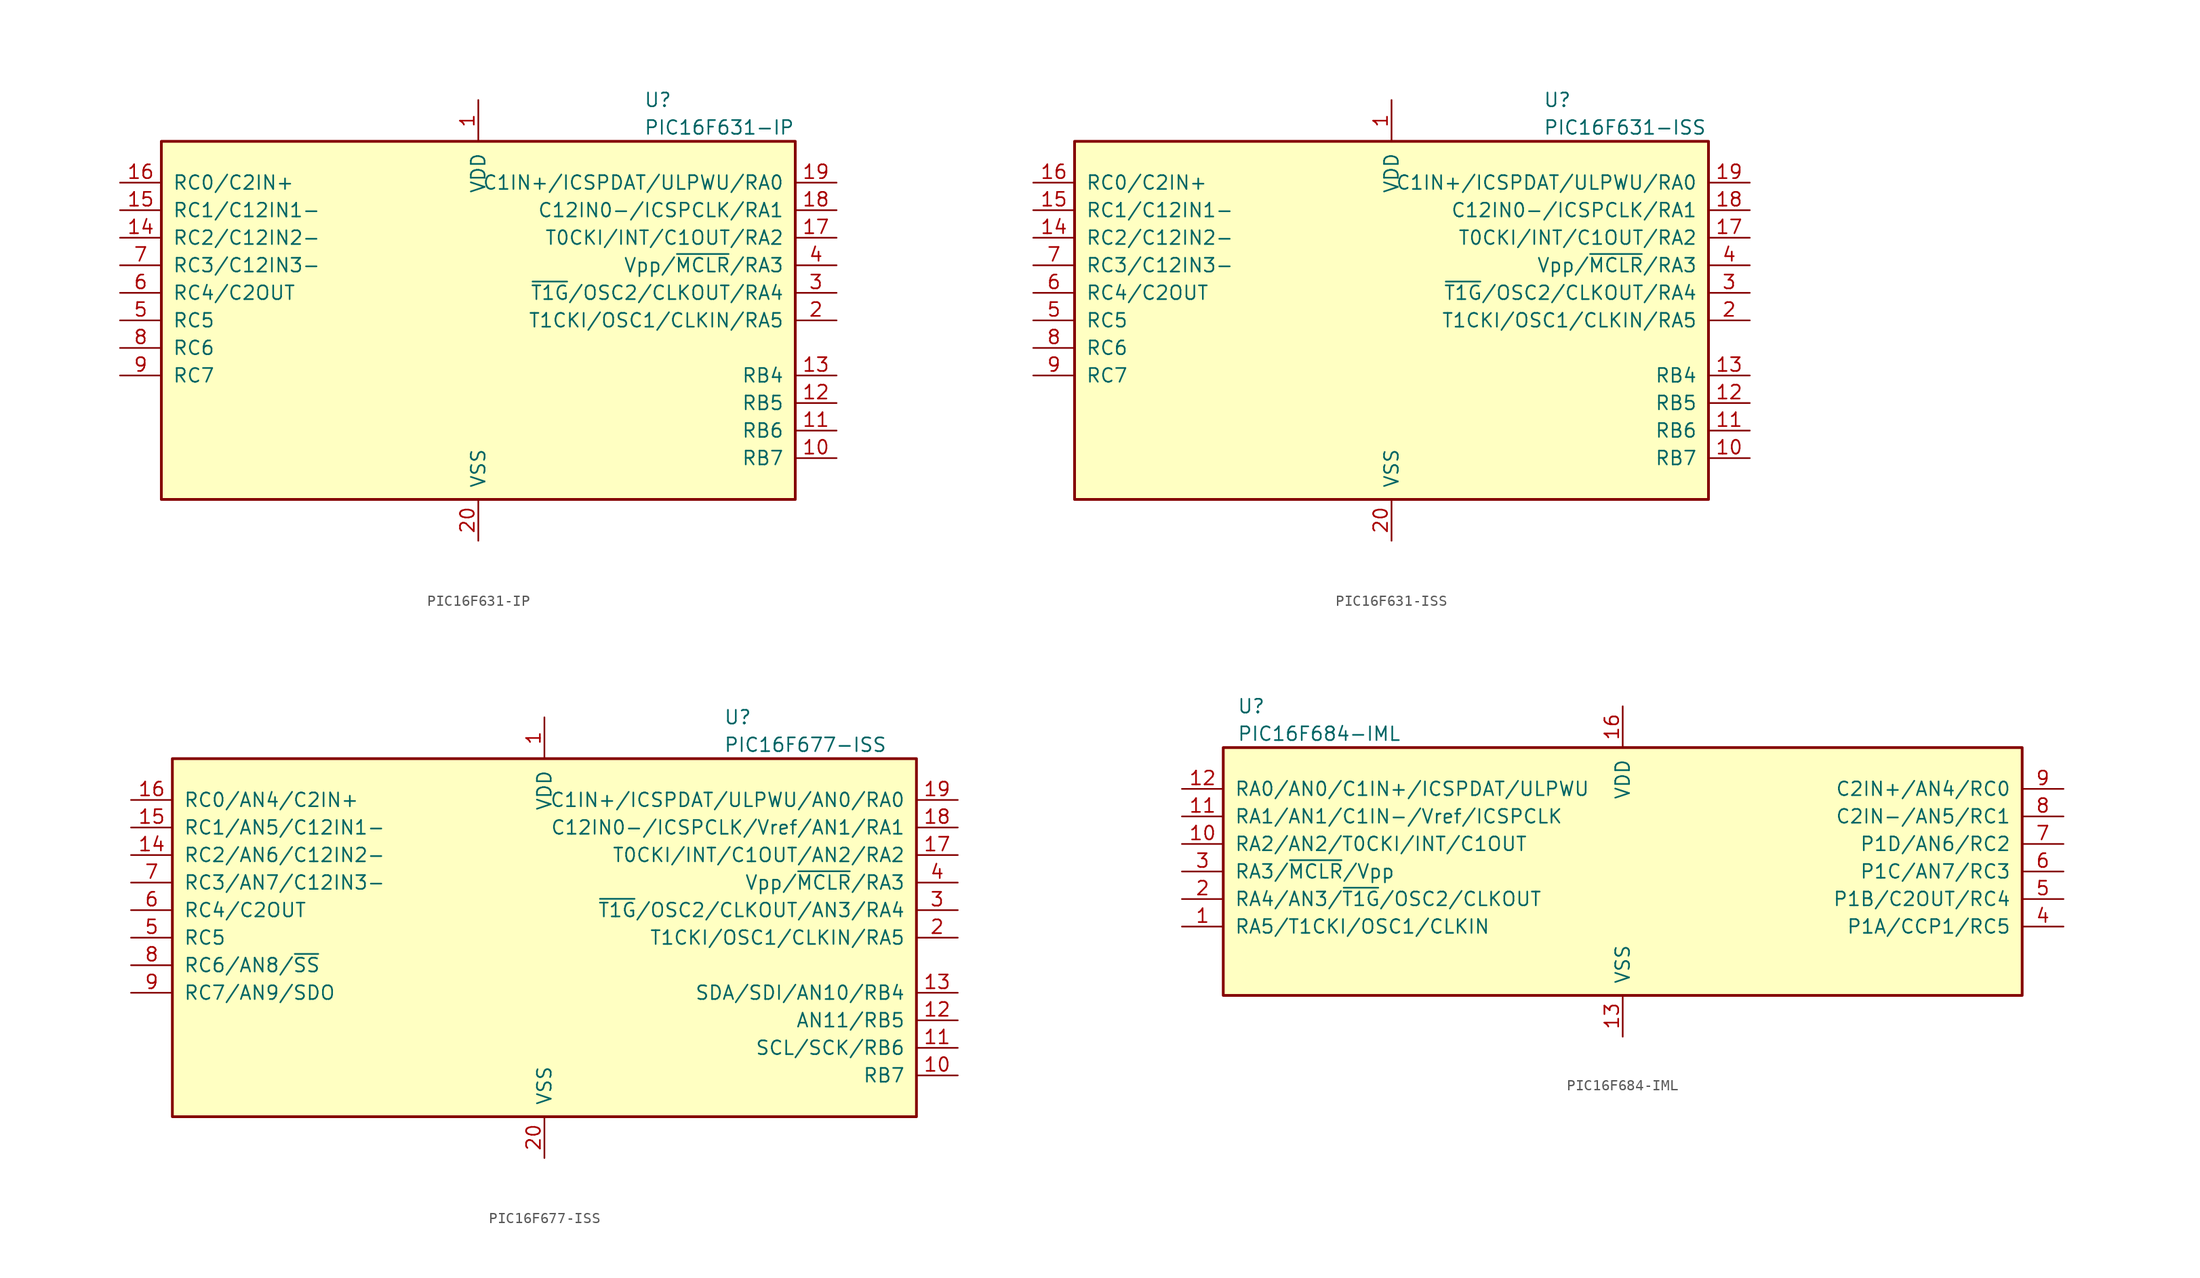
<source format=kicad_sym>
(kicad_symbol_lib
  (version 20201005)
  (generator kicad_symbol_editor)
  (symbol "PIC16F631-IP"
    (pin_names
      (offset 1.016))
    (property "Reference" "U"
      (at 15.24 20.32 0)
      (effects (font (size 1.27 1.27)) (justify left)))
    (property "Value" "PIC16F631-IP"
      (at 15.24 17.78 0)
      (effects (font (size 1.27 1.27)) (justify left)))
    (symbol "PIC16F631-IP_0_1"
      (rectangle (start -29.21 16.51) (end 29.21 -16.51) (stroke (width 0.254)) (fill (type background))))
    (symbol "PIC16F631-IP_1_1"
      (pin power_in line (at 0 20.32 270) (length 3.81) (name "VDD" (effects (font (size 1.27 1.27)))) (number "1" (effects (font (size 1.27 1.27)))))
      (pin bidirectional line (at 33.02 -12.7 180) (length 3.81) (name "RB7" (effects (font (size 1.27 1.27)))) (number "10" (effects (font (size 1.27 1.27)))))
      (pin bidirectional line (at 33.02 -10.16 180) (length 3.81) (name "RB6" (effects (font (size 1.27 1.27)))) (number "11" (effects (font (size 1.27 1.27)))))
      (pin bidirectional line (at 33.02 -7.62 180) (length 3.81) (name "RB5" (effects (font (size 1.27 1.27)))) (number "12" (effects (font (size 1.27 1.27)))))
      (pin bidirectional line (at 33.02 -5.08 180) (length 3.81) (name "RB4" (effects (font (size 1.27 1.27)))) (number "13" (effects (font (size 1.27 1.27)))))
      (pin bidirectional line (at -33.02 7.62 0) (length 3.81) (name "RC2/C12IN2-" (effects (font (size 1.27 1.27)))) (number "14" (effects (font (size 1.27 1.27)))))
      (pin bidirectional line (at -33.02 10.16 0) (length 3.81) (name "RC1/C12IN1-" (effects (font (size 1.27 1.27)))) (number "15" (effects (font (size 1.27 1.27)))))
      (pin bidirectional line (at -33.02 12.7 0) (length 3.81) (name "RC0/C2IN+" (effects (font (size 1.27 1.27)))) (number "16" (effects (font (size 1.27 1.27)))))
      (pin bidirectional line (at 33.02 7.62 180) (length 3.81) (name "T0CKI/INT/C1OUT/RA2" (effects (font (size 1.27 1.27)))) (number "17" (effects (font (size 1.27 1.27)))))
      (pin bidirectional line (at 33.02 10.16 180) (length 3.81) (name "C12IN0-/ICSPCLK/RA1" (effects (font (size 1.27 1.27)))) (number "18" (effects (font (size 1.27 1.27)))))
      (pin bidirectional line (at 33.02 12.7 180) (length 3.81) (name "C1IN+/ICSPDAT/ULPWU/RA0" (effects (font (size 1.27 1.27)))) (number "19" (effects (font (size 1.27 1.27)))))
      (pin bidirectional line (at 33.02 0 180) (length 3.81) (name "T1CKI/OSC1/CLKIN/RA5" (effects (font (size 1.27 1.27)))) (number "2" (effects (font (size 1.27 1.27)))))
      (pin power_in line (at 0 -20.32 90) (length 3.81) (name "VSS" (effects (font (size 1.27 1.27)))) (number "20" (effects (font (size 1.27 1.27)))))
      (pin bidirectional line (at 33.02 2.54 180) (length 3.81) (name "~T1G~/OSC2/CLKOUT/RA4" (effects (font (size 1.27 1.27)))) (number "3" (effects (font (size 1.27 1.27)))))
      (pin input line (at 33.02 5.08 180) (length 3.81) (name "Vpp/~MCLR~/RA3" (effects (font (size 1.27 1.27)))) (number "4" (effects (font (size 1.27 1.27)))))
      (pin bidirectional line (at -33.02 0 0) (length 3.81) (name "RC5" (effects (font (size 1.27 1.27)))) (number "5" (effects (font (size 1.27 1.27)))))
      (pin bidirectional line (at -33.02 2.54 0) (length 3.81) (name "RC4/C2OUT" (effects (font (size 1.27 1.27)))) (number "6" (effects (font (size 1.27 1.27)))))
      (pin bidirectional line (at -33.02 5.08 0) (length 3.81) (name "RC3/C12IN3-" (effects (font (size 1.27 1.27)))) (number "7" (effects (font (size 1.27 1.27)))))
      (pin bidirectional line (at -33.02 -2.54 0) (length 3.81) (name "RC6" (effects (font (size 1.27 1.27)))) (number "8" (effects (font (size 1.27 1.27)))))
      (pin bidirectional line (at -33.02 -5.08 0) (length 3.81) (name "RC7" (effects (font (size 1.27 1.27)))) (number "9" (effects (font (size 1.27 1.27)))))))
  (symbol "PIC16F631-ISS"
    (pin_names
      (offset 1.016))
    (property "Reference" "U"
      (at 13.97 20.32 0)
      (effects (font (size 1.27 1.27)) (justify left)))
    (property "Value" "PIC16F631-ISS"
      (at 13.97 17.78 0)
      (effects (font (size 1.27 1.27)) (justify left)))
    (symbol "PIC16F631-ISS_0_1"
      (rectangle (start -29.21 16.51) (end 29.21 -16.51) (stroke (width 0.254)) (fill (type background))))
    (symbol "PIC16F631-ISS_1_1"
      (pin power_in line (at 0 20.32 270) (length 3.81) (name "VDD" (effects (font (size 1.27 1.27)))) (number "1" (effects (font (size 1.27 1.27)))))
      (pin bidirectional line (at 33.02 -12.7 180) (length 3.81) (name "RB7" (effects (font (size 1.27 1.27)))) (number "10" (effects (font (size 1.27 1.27)))))
      (pin bidirectional line (at 33.02 -10.16 180) (length 3.81) (name "RB6" (effects (font (size 1.27 1.27)))) (number "11" (effects (font (size 1.27 1.27)))))
      (pin bidirectional line (at 33.02 -7.62 180) (length 3.81) (name "RB5" (effects (font (size 1.27 1.27)))) (number "12" (effects (font (size 1.27 1.27)))))
      (pin bidirectional line (at 33.02 -5.08 180) (length 3.81) (name "RB4" (effects (font (size 1.27 1.27)))) (number "13" (effects (font (size 1.27 1.27)))))
      (pin bidirectional line (at -33.02 7.62 0) (length 3.81) (name "RC2/C12IN2-" (effects (font (size 1.27 1.27)))) (number "14" (effects (font (size 1.27 1.27)))))
      (pin bidirectional line (at -33.02 10.16 0) (length 3.81) (name "RC1/C12IN1-" (effects (font (size 1.27 1.27)))) (number "15" (effects (font (size 1.27 1.27)))))
      (pin bidirectional line (at -33.02 12.7 0) (length 3.81) (name "RC0/C2IN+" (effects (font (size 1.27 1.27)))) (number "16" (effects (font (size 1.27 1.27)))))
      (pin bidirectional line (at 33.02 7.62 180) (length 3.81) (name "T0CKI/INT/C1OUT/RA2" (effects (font (size 1.27 1.27)))) (number "17" (effects (font (size 1.27 1.27)))))
      (pin bidirectional line (at 33.02 10.16 180) (length 3.81) (name "C12IN0-/ICSPCLK/RA1" (effects (font (size 1.27 1.27)))) (number "18" (effects (font (size 1.27 1.27)))))
      (pin bidirectional line (at 33.02 12.7 180) (length 3.81) (name "C1IN+/ICSPDAT/ULPWU/RA0" (effects (font (size 1.27 1.27)))) (number "19" (effects (font (size 1.27 1.27)))))
      (pin bidirectional line (at 33.02 0 180) (length 3.81) (name "T1CKI/OSC1/CLKIN/RA5" (effects (font (size 1.27 1.27)))) (number "2" (effects (font (size 1.27 1.27)))))
      (pin power_in line (at 0 -20.32 90) (length 3.81) (name "VSS" (effects (font (size 1.27 1.27)))) (number "20" (effects (font (size 1.27 1.27)))))
      (pin bidirectional line (at 33.02 2.54 180) (length 3.81) (name "~T1G~/OSC2/CLKOUT/RA4" (effects (font (size 1.27 1.27)))) (number "3" (effects (font (size 1.27 1.27)))))
      (pin input line (at 33.02 5.08 180) (length 3.81) (name "Vpp/~MCLR~/RA3" (effects (font (size 1.27 1.27)))) (number "4" (effects (font (size 1.27 1.27)))))
      (pin bidirectional line (at -33.02 0 0) (length 3.81) (name "RC5" (effects (font (size 1.27 1.27)))) (number "5" (effects (font (size 1.27 1.27)))))
      (pin bidirectional line (at -33.02 2.54 0) (length 3.81) (name "RC4/C2OUT" (effects (font (size 1.27 1.27)))) (number "6" (effects (font (size 1.27 1.27)))))
      (pin bidirectional line (at -33.02 5.08 0) (length 3.81) (name "RC3/C12IN3-" (effects (font (size 1.27 1.27)))) (number "7" (effects (font (size 1.27 1.27)))))
      (pin bidirectional line (at -33.02 -2.54 0) (length 3.81) (name "RC6" (effects (font (size 1.27 1.27)))) (number "8" (effects (font (size 1.27 1.27)))))
      (pin bidirectional line (at -33.02 -5.08 0) (length 3.81) (name "RC7" (effects (font (size 1.27 1.27)))) (number "9" (effects (font (size 1.27 1.27)))))))
  (symbol "PIC16F677-ISS"
    (pin_names
      (offset 1.016))
    (property "Reference" "U"
      (at 16.51 20.32 0)
      (effects (font (size 1.27 1.27)) (justify left)))
    (property "Value" "PIC16F677-ISS"
      (at 16.51 17.78 0)
      (effects (font (size 1.27 1.27)) (justify left)))
    (symbol "PIC16F677-ISS_0_1"
      (rectangle (start -34.29 16.51) (end 34.29 -16.51) (stroke (width 0.254)) (fill (type background))))
    (symbol "PIC16F677-ISS_1_1"
      (pin power_in line (at 0 20.32 270) (length 3.81) (name "VDD" (effects (font (size 1.27 1.27)))) (number "1" (effects (font (size 1.27 1.27)))))
      (pin bidirectional line (at 38.1 -12.7 180) (length 3.81) (name "RB7" (effects (font (size 1.27 1.27)))) (number "10" (effects (font (size 1.27 1.27)))))
      (pin bidirectional line (at 38.1 -10.16 180) (length 3.81) (name "SCL/SCK/RB6" (effects (font (size 1.27 1.27)))) (number "11" (effects (font (size 1.27 1.27)))))
      (pin bidirectional line (at 38.1 -7.62 180) (length 3.81) (name "AN11/RB5" (effects (font (size 1.27 1.27)))) (number "12" (effects (font (size 1.27 1.27)))))
      (pin bidirectional line (at 38.1 -5.08 180) (length 3.81) (name "SDA/SDI/AN10/RB4" (effects (font (size 1.27 1.27)))) (number "13" (effects (font (size 1.27 1.27)))))
      (pin bidirectional line (at -38.1 7.62 0) (length 3.81) (name "RC2/AN6/C12IN2-" (effects (font (size 1.27 1.27)))) (number "14" (effects (font (size 1.27 1.27)))))
      (pin bidirectional line (at -38.1 10.16 0) (length 3.81) (name "RC1/AN5/C12IN1-" (effects (font (size 1.27 1.27)))) (number "15" (effects (font (size 1.27 1.27)))))
      (pin bidirectional line (at -38.1 12.7 0) (length 3.81) (name "RC0/AN4/C2IN+" (effects (font (size 1.27 1.27)))) (number "16" (effects (font (size 1.27 1.27)))))
      (pin bidirectional line (at 38.1 7.62 180) (length 3.81) (name "T0CKI/INT/C1OUT/AN2/RA2" (effects (font (size 1.27 1.27)))) (number "17" (effects (font (size 1.27 1.27)))))
      (pin bidirectional line (at 38.1 10.16 180) (length 3.81) (name "C12IN0-/ICSPCLK/Vref/AN1/RA1" (effects (font (size 1.27 1.27)))) (number "18" (effects (font (size 1.27 1.27)))))
      (pin bidirectional line (at 38.1 12.7 180) (length 3.81) (name "C1IN+/ICSPDAT/ULPWU/AN0/RA0" (effects (font (size 1.27 1.27)))) (number "19" (effects (font (size 1.27 1.27)))))
      (pin bidirectional line (at 38.1 0 180) (length 3.81) (name "T1CKI/OSC1/CLKIN/RA5" (effects (font (size 1.27 1.27)))) (number "2" (effects (font (size 1.27 1.27)))))
      (pin power_in line (at 0 -20.32 90) (length 3.81) (name "VSS" (effects (font (size 1.27 1.27)))) (number "20" (effects (font (size 1.27 1.27)))))
      (pin bidirectional line (at 38.1 2.54 180) (length 3.81) (name "~T1G~/OSC2/CLKOUT/AN3/RA4" (effects (font (size 1.27 1.27)))) (number "3" (effects (font (size 1.27 1.27)))))
      (pin input line (at 38.1 5.08 180) (length 3.81) (name "Vpp/~MCLR~/RA3" (effects (font (size 1.27 1.27)))) (number "4" (effects (font (size 1.27 1.27)))))
      (pin bidirectional line (at -38.1 0 0) (length 3.81) (name "RC5" (effects (font (size 1.27 1.27)))) (number "5" (effects (font (size 1.27 1.27)))))
      (pin bidirectional line (at -38.1 2.54 0) (length 3.81) (name "RC4/C2OUT" (effects (font (size 1.27 1.27)))) (number "6" (effects (font (size 1.27 1.27)))))
      (pin bidirectional line (at -38.1 5.08 0) (length 3.81) (name "RC3/AN7/C12IN3-" (effects (font (size 1.27 1.27)))) (number "7" (effects (font (size 1.27 1.27)))))
      (pin bidirectional line (at -38.1 -2.54 0) (length 3.81) (name "RC6/AN8/~SS~" (effects (font (size 1.27 1.27)))) (number "8" (effects (font (size 1.27 1.27)))))
      (pin bidirectional line (at -38.1 -5.08 0) (length 3.81) (name "RC7/AN9/SDO" (effects (font (size 1.27 1.27)))) (number "9" (effects (font (size 1.27 1.27)))))))
  (symbol "PIC16F684-IML"
    (pin_names
      (offset 1.016))
    (property "Reference" "U"
      (at -35.56 15.24 0)
      (effects (font (size 1.27 1.27)) (justify left)))
    (property "Value" "PIC16F684-IML"
      (at -35.56 12.7 0)
      (effects (font (size 1.27 1.27)) (justify left)))
    (symbol "PIC16F684-IML_0_1"
      (rectangle (start -36.83 11.43) (end 36.83 -11.43) (stroke (width 0.254)) (fill (type background))))
    (symbol "PIC16F684-IML_1_1"
      (pin bidirectional line (at -40.64 -5.08 0) (length 3.81) (name "RA5/T1CKI/OSC1/CLKIN" (effects (font (size 1.27 1.27)))) (number "1" (effects (font (size 1.27 1.27)))))
      (pin bidirectional line (at -40.64 2.54 0) (length 3.81) (name "RA2/AN2/T0CKI/INT/C1OUT" (effects (font (size 1.27 1.27)))) (number "10" (effects (font (size 1.27 1.27)))))
      (pin bidirectional line (at -40.64 5.08 0) (length 3.81) (name "RA1/AN1/C1IN-/Vref/ICSPCLK" (effects (font (size 1.27 1.27)))) (number "11" (effects (font (size 1.27 1.27)))))
      (pin bidirectional line (at -40.64 7.62 0) (length 3.81) (name "RA0/AN0/C1IN+/ICSPDAT/ULPWU" (effects (font (size 1.27 1.27)))) (number "12" (effects (font (size 1.27 1.27)))))
      (pin power_in line (at 0 -15.24 90) (length 3.81) (name "VSS" (effects (font (size 1.27 1.27)))) (number "13" (effects (font (size 1.27 1.27)))))
      (pin power_in line (at 0 15.24 270) (length 3.81) (name "VDD" (effects (font (size 1.27 1.27)))) (number "16" (effects (font (size 1.27 1.27)))))
      (pin bidirectional line (at -40.64 -2.54 0) (length 3.81) (name "RA4/AN3/~T1G~/OSC2/CLKOUT" (effects (font (size 1.27 1.27)))) (number "2" (effects (font (size 1.27 1.27)))))
      (pin input line (at -40.64 0 0) (length 3.81) (name "RA3/~MCLR~/Vpp" (effects (font (size 1.27 1.27)))) (number "3" (effects (font (size 1.27 1.27)))))
      (pin bidirectional line (at 40.64 -5.08 180) (length 3.81) (name "P1A/CCP1/RC5" (effects (font (size 1.27 1.27)))) (number "4" (effects (font (size 1.27 1.27)))))
      (pin bidirectional line (at 40.64 -2.54 180) (length 3.81) (name "P1B/C2OUT/RC4" (effects (font (size 1.27 1.27)))) (number "5" (effects (font (size 1.27 1.27)))))
      (pin bidirectional line (at 40.64 0 180) (length 3.81) (name "P1C/AN7/RC3" (effects (font (size 1.27 1.27)))) (number "6" (effects (font (size 1.27 1.27)))))
      (pin bidirectional line (at 40.64 2.54 180) (length 3.81) (name "P1D/AN6/RC2" (effects (font (size 1.27 1.27)))) (number "7" (effects (font (size 1.27 1.27)))))
      (pin bidirectional line (at 40.64 5.08 180) (length 3.81) (name "C2IN-/AN5/RC1" (effects (font (size 1.27 1.27)))) (number "8" (effects (font (size 1.27 1.27)))))
      (pin bidirectional line (at 40.64 7.62 180) (length 3.81) (name "C2IN+/AN4/RC0" (effects (font (size 1.27 1.27)))) (number "9" (effects (font (size 1.27 1.27))))))))
</source>
